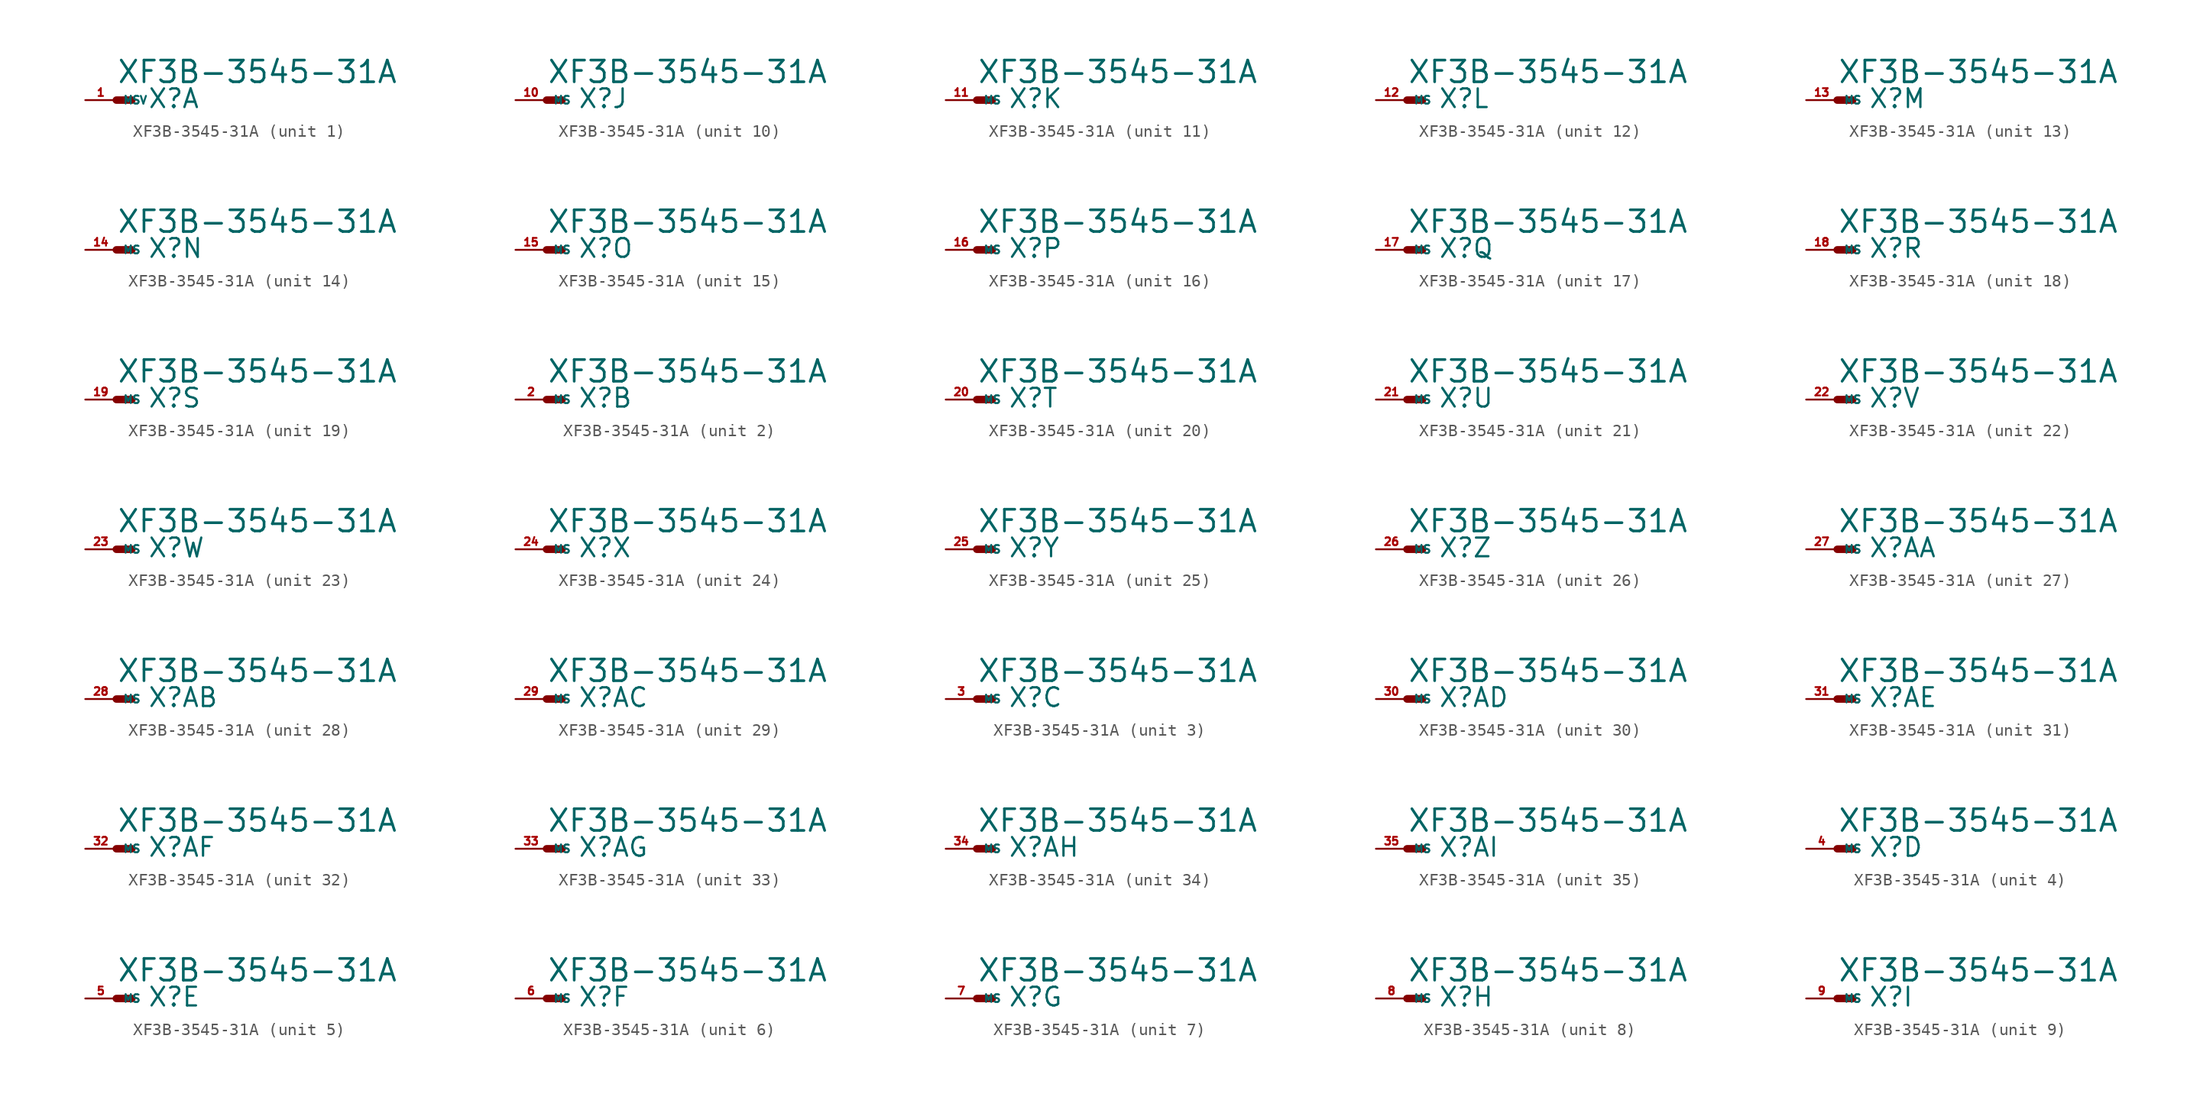
<source format=kicad_sym>
(kicad_symbol_lib
  (version 20220914)
  (generator Eagle2Kicad)
  (symbol "XF3B-3545-31A"
    (property "Reference" "X"
      (at 2.54 -0.762 0)
      (effects (font (size 1.524 1.524) (thickness 0.19)) (justify left bottom)))
    (property "Value" "XF3B-3545-31A"
      (at 0 1.27 0)
      (effects (font (size 1.778 1.778) (thickness 0.22)) (justify left bottom)))
    (symbol "XF3B-3545-31A_1_0"
      (polyline (pts (xy 0 0) (xy 1.27 0)) (stroke (width 0.61) (type default)) (fill (type none)))
      (pin passive line (at -2.54 0 0) (length 2.54) (name "MSV" (effects (font (size 0.635 0.635) (thickness 0.08)) (justify left bottom))) (number "1" (effects (font (size 0.635 0.635) (thickness 0.08)) (justify left bottom)))))
    (symbol "XF3B-3545-31A_2_0"
      (polyline (pts (xy 0 0) (xy 1.27 0)) (stroke (width 0.61) (type default)) (fill (type none)))
      (pin passive line (at -2.54 0 0) (length 2.54) (name "MS" (effects (font (size 0.635 0.635) (thickness 0.08)) (justify left bottom))) (number "2" (effects (font (size 0.635 0.635) (thickness 0.08)) (justify left bottom)))))
    (symbol "XF3B-3545-31A_3_0"
      (polyline (pts (xy 0 0) (xy 1.27 0)) (stroke (width 0.61) (type default)) (fill (type none)))
      (pin passive line (at -2.54 0 0) (length 2.54) (name "MS" (effects (font (size 0.635 0.635) (thickness 0.08)) (justify left bottom))) (number "3" (effects (font (size 0.635 0.635) (thickness 0.08)) (justify left bottom)))))
    (symbol "XF3B-3545-31A_4_0"
      (polyline (pts (xy 0 0) (xy 1.27 0)) (stroke (width 0.61) (type default)) (fill (type none)))
      (pin passive line (at -2.54 0 0) (length 2.54) (name "MS" (effects (font (size 0.635 0.635) (thickness 0.08)) (justify left bottom))) (number "4" (effects (font (size 0.635 0.635) (thickness 0.08)) (justify left bottom)))))
    (symbol "XF3B-3545-31A_5_0"
      (polyline (pts (xy 0 0) (xy 1.27 0)) (stroke (width 0.61) (type default)) (fill (type none)))
      (pin passive line (at -2.54 0 0) (length 2.54) (name "MS" (effects (font (size 0.635 0.635) (thickness 0.08)) (justify left bottom))) (number "5" (effects (font (size 0.635 0.635) (thickness 0.08)) (justify left bottom)))))
    (symbol "XF3B-3545-31A_6_0"
      (polyline (pts (xy 0 0) (xy 1.27 0)) (stroke (width 0.61) (type default)) (fill (type none)))
      (pin passive line (at -2.54 0 0) (length 2.54) (name "MS" (effects (font (size 0.635 0.635) (thickness 0.08)) (justify left bottom))) (number "6" (effects (font (size 0.635 0.635) (thickness 0.08)) (justify left bottom)))))
    (symbol "XF3B-3545-31A_7_0"
      (polyline (pts (xy 0 0) (xy 1.27 0)) (stroke (width 0.61) (type default)) (fill (type none)))
      (pin passive line (at -2.54 0 0) (length 2.54) (name "MS" (effects (font (size 0.635 0.635) (thickness 0.08)) (justify left bottom))) (number "7" (effects (font (size 0.635 0.635) (thickness 0.08)) (justify left bottom)))))
    (symbol "XF3B-3545-31A_8_0"
      (polyline (pts (xy 0 0) (xy 1.27 0)) (stroke (width 0.61) (type default)) (fill (type none)))
      (pin passive line (at -2.54 0 0) (length 2.54) (name "MS" (effects (font (size 0.635 0.635) (thickness 0.08)) (justify left bottom))) (number "8" (effects (font (size 0.635 0.635) (thickness 0.08)) (justify left bottom)))))
    (symbol "XF3B-3545-31A_9_0"
      (polyline (pts (xy 0 0) (xy 1.27 0)) (stroke (width 0.61) (type default)) (fill (type none)))
      (pin passive line (at -2.54 0 0) (length 2.54) (name "MS" (effects (font (size 0.635 0.635) (thickness 0.08)) (justify left bottom))) (number "9" (effects (font (size 0.635 0.635) (thickness 0.08)) (justify left bottom)))))
    (symbol "XF3B-3545-31A_10_0"
      (polyline (pts (xy 0 0) (xy 1.27 0)) (stroke (width 0.61) (type default)) (fill (type none)))
      (pin passive line (at -2.54 0 0) (length 2.54) (name "MS" (effects (font (size 0.635 0.635) (thickness 0.08)) (justify left bottom))) (number "10" (effects (font (size 0.635 0.635) (thickness 0.08)) (justify left bottom)))))
    (symbol "XF3B-3545-31A_11_0"
      (polyline (pts (xy 0 0) (xy 1.27 0)) (stroke (width 0.61) (type default)) (fill (type none)))
      (pin passive line (at -2.54 0 0) (length 2.54) (name "MS" (effects (font (size 0.635 0.635) (thickness 0.08)) (justify left bottom))) (number "11" (effects (font (size 0.635 0.635) (thickness 0.08)) (justify left bottom)))))
    (symbol "XF3B-3545-31A_12_0"
      (polyline (pts (xy 0 0) (xy 1.27 0)) (stroke (width 0.61) (type default)) (fill (type none)))
      (pin passive line (at -2.54 0 0) (length 2.54) (name "MS" (effects (font (size 0.635 0.635) (thickness 0.08)) (justify left bottom))) (number "12" (effects (font (size 0.635 0.635) (thickness 0.08)) (justify left bottom)))))
    (symbol "XF3B-3545-31A_13_0"
      (polyline (pts (xy 0 0) (xy 1.27 0)) (stroke (width 0.61) (type default)) (fill (type none)))
      (pin passive line (at -2.54 0 0) (length 2.54) (name "MS" (effects (font (size 0.635 0.635) (thickness 0.08)) (justify left bottom))) (number "13" (effects (font (size 0.635 0.635) (thickness 0.08)) (justify left bottom)))))
    (symbol "XF3B-3545-31A_14_0"
      (polyline (pts (xy 0 0) (xy 1.27 0)) (stroke (width 0.61) (type default)) (fill (type none)))
      (pin passive line (at -2.54 0 0) (length 2.54) (name "MS" (effects (font (size 0.635 0.635) (thickness 0.08)) (justify left bottom))) (number "14" (effects (font (size 0.635 0.635) (thickness 0.08)) (justify left bottom)))))
    (symbol "XF3B-3545-31A_15_0"
      (polyline (pts (xy 0 0) (xy 1.27 0)) (stroke (width 0.61) (type default)) (fill (type none)))
      (pin passive line (at -2.54 0 0) (length 2.54) (name "MS" (effects (font (size 0.635 0.635) (thickness 0.08)) (justify left bottom))) (number "15" (effects (font (size 0.635 0.635) (thickness 0.08)) (justify left bottom)))))
    (symbol "XF3B-3545-31A_16_0"
      (polyline (pts (xy 0 0) (xy 1.27 0)) (stroke (width 0.61) (type default)) (fill (type none)))
      (pin passive line (at -2.54 0 0) (length 2.54) (name "MS" (effects (font (size 0.635 0.635) (thickness 0.08)) (justify left bottom))) (number "16" (effects (font (size 0.635 0.635) (thickness 0.08)) (justify left bottom)))))
    (symbol "XF3B-3545-31A_17_0"
      (polyline (pts (xy 0 0) (xy 1.27 0)) (stroke (width 0.61) (type default)) (fill (type none)))
      (pin passive line (at -2.54 0 0) (length 2.54) (name "MS" (effects (font (size 0.635 0.635) (thickness 0.08)) (justify left bottom))) (number "17" (effects (font (size 0.635 0.635) (thickness 0.08)) (justify left bottom)))))
    (symbol "XF3B-3545-31A_18_0"
      (polyline (pts (xy 0 0) (xy 1.27 0)) (stroke (width 0.61) (type default)) (fill (type none)))
      (pin passive line (at -2.54 0 0) (length 2.54) (name "MS" (effects (font (size 0.635 0.635) (thickness 0.08)) (justify left bottom))) (number "18" (effects (font (size 0.635 0.635) (thickness 0.08)) (justify left bottom)))))
    (symbol "XF3B-3545-31A_19_0"
      (polyline (pts (xy 0 0) (xy 1.27 0)) (stroke (width 0.61) (type default)) (fill (type none)))
      (pin passive line (at -2.54 0 0) (length 2.54) (name "MS" (effects (font (size 0.635 0.635) (thickness 0.08)) (justify left bottom))) (number "19" (effects (font (size 0.635 0.635) (thickness 0.08)) (justify left bottom)))))
    (symbol "XF3B-3545-31A_20_0"
      (polyline (pts (xy 0 0) (xy 1.27 0)) (stroke (width 0.61) (type default)) (fill (type none)))
      (pin passive line (at -2.54 0 0) (length 2.54) (name "MS" (effects (font (size 0.635 0.635) (thickness 0.08)) (justify left bottom))) (number "20" (effects (font (size 0.635 0.635) (thickness 0.08)) (justify left bottom)))))
    (symbol "XF3B-3545-31A_21_0"
      (polyline (pts (xy 0 0) (xy 1.27 0)) (stroke (width 0.61) (type default)) (fill (type none)))
      (pin passive line (at -2.54 0 0) (length 2.54) (name "MS" (effects (font (size 0.635 0.635) (thickness 0.08)) (justify left bottom))) (number "21" (effects (font (size 0.635 0.635) (thickness 0.08)) (justify left bottom)))))
    (symbol "XF3B-3545-31A_22_0"
      (polyline (pts (xy 0 0) (xy 1.27 0)) (stroke (width 0.61) (type default)) (fill (type none)))
      (pin passive line (at -2.54 0 0) (length 2.54) (name "MS" (effects (font (size 0.635 0.635) (thickness 0.08)) (justify left bottom))) (number "22" (effects (font (size 0.635 0.635) (thickness 0.08)) (justify left bottom)))))
    (symbol "XF3B-3545-31A_23_0"
      (polyline (pts (xy 0 0) (xy 1.27 0)) (stroke (width 0.61) (type default)) (fill (type none)))
      (pin passive line (at -2.54 0 0) (length 2.54) (name "MS" (effects (font (size 0.635 0.635) (thickness 0.08)) (justify left bottom))) (number "23" (effects (font (size 0.635 0.635) (thickness 0.08)) (justify left bottom)))))
    (symbol "XF3B-3545-31A_24_0"
      (polyline (pts (xy 0 0) (xy 1.27 0)) (stroke (width 0.61) (type default)) (fill (type none)))
      (pin passive line (at -2.54 0 0) (length 2.54) (name "MS" (effects (font (size 0.635 0.635) (thickness 0.08)) (justify left bottom))) (number "24" (effects (font (size 0.635 0.635) (thickness 0.08)) (justify left bottom)))))
    (symbol "XF3B-3545-31A_25_0"
      (polyline (pts (xy 0 0) (xy 1.27 0)) (stroke (width 0.61) (type default)) (fill (type none)))
      (pin passive line (at -2.54 0 0) (length 2.54) (name "MS" (effects (font (size 0.635 0.635) (thickness 0.08)) (justify left bottom))) (number "25" (effects (font (size 0.635 0.635) (thickness 0.08)) (justify left bottom)))))
    (symbol "XF3B-3545-31A_26_0"
      (polyline (pts (xy 0 0) (xy 1.27 0)) (stroke (width 0.61) (type default)) (fill (type none)))
      (pin passive line (at -2.54 0 0) (length 2.54) (name "MS" (effects (font (size 0.635 0.635) (thickness 0.08)) (justify left bottom))) (number "26" (effects (font (size 0.635 0.635) (thickness 0.08)) (justify left bottom)))))
    (symbol "XF3B-3545-31A_27_0"
      (polyline (pts (xy 0 0) (xy 1.27 0)) (stroke (width 0.61) (type default)) (fill (type none)))
      (pin passive line (at -2.54 0 0) (length 2.54) (name "MS" (effects (font (size 0.635 0.635) (thickness 0.08)) (justify left bottom))) (number "27" (effects (font (size 0.635 0.635) (thickness 0.08)) (justify left bottom)))))
    (symbol "XF3B-3545-31A_28_0"
      (polyline (pts (xy 0 0) (xy 1.27 0)) (stroke (width 0.61) (type default)) (fill (type none)))
      (pin passive line (at -2.54 0 0) (length 2.54) (name "MS" (effects (font (size 0.635 0.635) (thickness 0.08)) (justify left bottom))) (number "28" (effects (font (size 0.635 0.635) (thickness 0.08)) (justify left bottom)))))
    (symbol "XF3B-3545-31A_29_0"
      (polyline (pts (xy 0 0) (xy 1.27 0)) (stroke (width 0.61) (type default)) (fill (type none)))
      (pin passive line (at -2.54 0 0) (length 2.54) (name "MS" (effects (font (size 0.635 0.635) (thickness 0.08)) (justify left bottom))) (number "29" (effects (font (size 0.635 0.635) (thickness 0.08)) (justify left bottom)))))
    (symbol "XF3B-3545-31A_30_0"
      (polyline (pts (xy 0 0) (xy 1.27 0)) (stroke (width 0.61) (type default)) (fill (type none)))
      (pin passive line (at -2.54 0 0) (length 2.54) (name "MS" (effects (font (size 0.635 0.635) (thickness 0.08)) (justify left bottom))) (number "30" (effects (font (size 0.635 0.635) (thickness 0.08)) (justify left bottom)))))
    (symbol "XF3B-3545-31A_31_0"
      (polyline (pts (xy 0 0) (xy 1.27 0)) (stroke (width 0.61) (type default)) (fill (type none)))
      (pin passive line (at -2.54 0 0) (length 2.54) (name "MS" (effects (font (size 0.635 0.635) (thickness 0.08)) (justify left bottom))) (number "31" (effects (font (size 0.635 0.635) (thickness 0.08)) (justify left bottom)))))
    (symbol "XF3B-3545-31A_32_0"
      (polyline (pts (xy 0 0) (xy 1.27 0)) (stroke (width 0.61) (type default)) (fill (type none)))
      (pin passive line (at -2.54 0 0) (length 2.54) (name "MS" (effects (font (size 0.635 0.635) (thickness 0.08)) (justify left bottom))) (number "32" (effects (font (size 0.635 0.635) (thickness 0.08)) (justify left bottom)))))
    (symbol "XF3B-3545-31A_33_0"
      (polyline (pts (xy 0 0) (xy 1.27 0)) (stroke (width 0.61) (type default)) (fill (type none)))
      (pin passive line (at -2.54 0 0) (length 2.54) (name "MS" (effects (font (size 0.635 0.635) (thickness 0.08)) (justify left bottom))) (number "33" (effects (font (size 0.635 0.635) (thickness 0.08)) (justify left bottom)))))
    (symbol "XF3B-3545-31A_34_0"
      (polyline (pts (xy 0 0) (xy 1.27 0)) (stroke (width 0.61) (type default)) (fill (type none)))
      (pin passive line (at -2.54 0 0) (length 2.54) (name "MS" (effects (font (size 0.635 0.635) (thickness 0.08)) (justify left bottom))) (number "34" (effects (font (size 0.635 0.635) (thickness 0.08)) (justify left bottom)))))
    (symbol "XF3B-3545-31A_35_0"
      (polyline (pts (xy 0 0) (xy 1.27 0)) (stroke (width 0.61) (type default)) (fill (type none)))
      (pin passive line (at -2.54 0 0) (length 2.54) (name "MS" (effects (font (size 0.635 0.635) (thickness 0.08)) (justify left bottom))) (number "35" (effects (font (size 0.635 0.635) (thickness 0.08)) (justify left bottom)))))))
</source>
